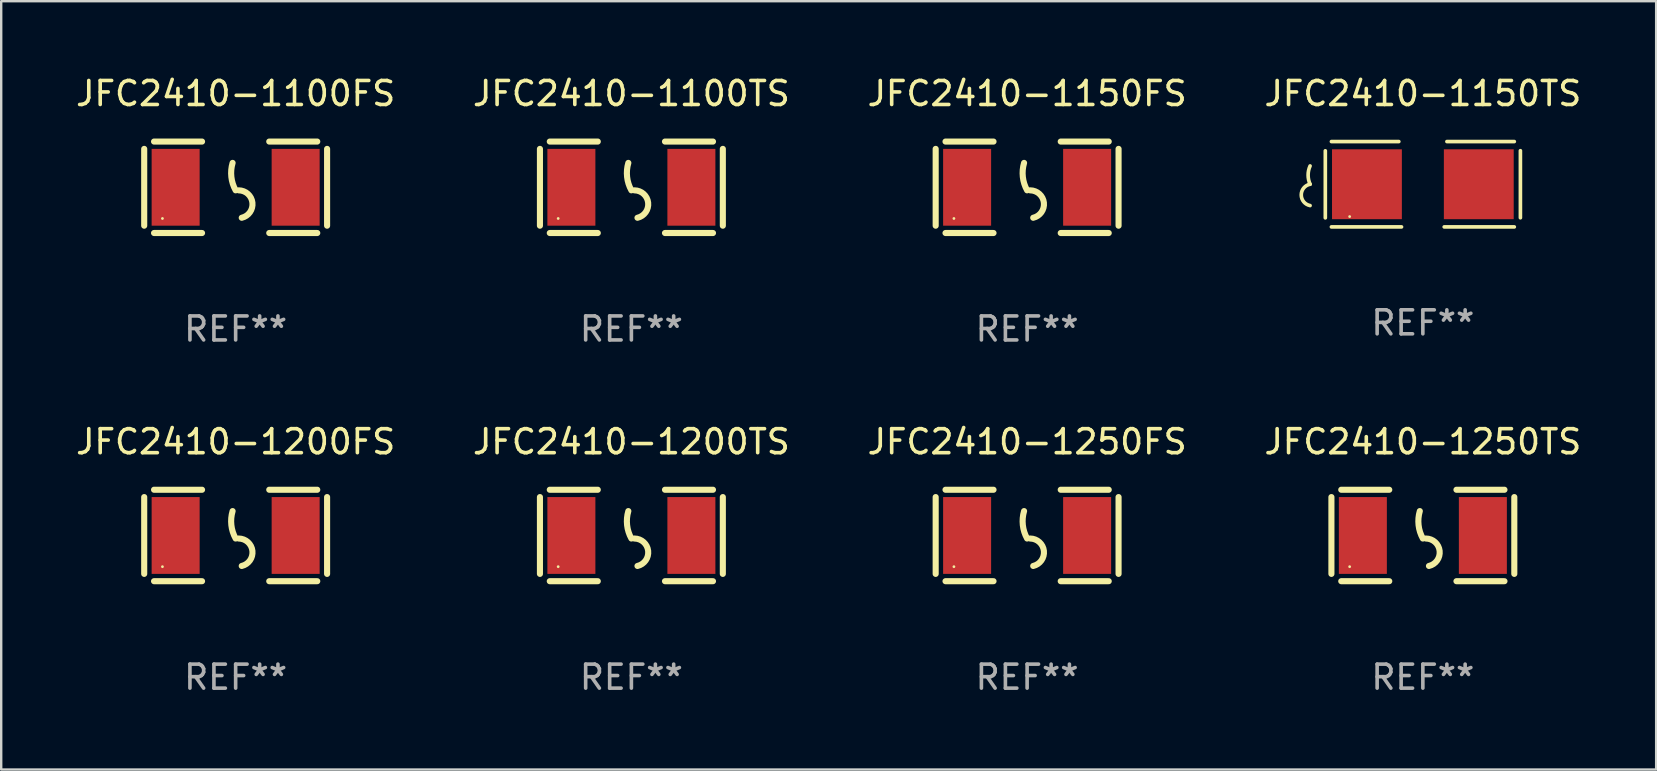
<source format=kicad_pcb>
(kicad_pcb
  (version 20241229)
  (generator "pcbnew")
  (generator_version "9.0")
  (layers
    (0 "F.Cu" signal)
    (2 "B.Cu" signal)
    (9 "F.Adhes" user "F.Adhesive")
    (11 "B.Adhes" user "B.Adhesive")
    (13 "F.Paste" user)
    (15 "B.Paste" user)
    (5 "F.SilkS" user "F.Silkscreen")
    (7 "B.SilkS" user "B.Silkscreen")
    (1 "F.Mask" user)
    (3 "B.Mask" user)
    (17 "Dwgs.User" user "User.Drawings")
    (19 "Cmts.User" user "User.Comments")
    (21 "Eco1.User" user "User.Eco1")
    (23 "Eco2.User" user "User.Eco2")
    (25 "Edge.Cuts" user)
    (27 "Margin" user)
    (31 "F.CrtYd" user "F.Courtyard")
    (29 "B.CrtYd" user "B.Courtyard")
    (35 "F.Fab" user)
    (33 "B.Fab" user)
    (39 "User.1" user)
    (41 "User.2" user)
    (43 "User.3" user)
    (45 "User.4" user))
  (footprint "JFC2410-1200TS"
    (layer "F.Cu")
    (at 23.256 19.26)
    (property "Reference" "JFC2410-1200TS" (at 0 -3.905 0) (layer "F.SilkS") (effects (font (size 1 1) (thickness 0.15))))
    (attr through_hole)
    (fp_line (start -3.81 -1.6) (end -3.81 1.6) (stroke (width 0.254) (type solid)) (layer "F.SilkS"))
    (fp_line (start -3.4 -1.905) (end -1.4 -1.905) (stroke (width 0.254) (type solid)) (layer "F.SilkS"))
    (fp_line (start -3.4 1.905) (end -1.4 1.905) (stroke (width 0.254) (type solid)) (layer "F.SilkS"))
    (fp_line (start 1.4 -1.905) (end 3.4 -1.905) (stroke (width 0.254) (type solid)) (layer "F.SilkS"))
    (fp_line (start 1.4 1.905) (end 3.4 1.905) (stroke (width 0.254) (type solid)) (layer "F.SilkS"))
    (fp_line (start 3.81 -1.6) (end 3.81 1.6) (stroke (width 0.254) (type solid)) (layer "F.SilkS"))
    (fp_arc (start 0 0.127) (mid -0.178599 -0.431712) (end -0.127 -1.016002) (stroke (width 0.254001) (type solid)) (layer "F.SilkS"))
    (fp_arc (start 0.126999 0.127) (mid 0.698883 0.642014) (end 0.254001 1.270003) (stroke (width 0.254001) (type solid)) (layer "F.SilkS"))
    (fp_circle (center -3.05 1.3) (end -3.02 1.3) (stroke (width 0.06) (type solid)) (fill no) (layer "F.SilkS"))
    (fp_text user "REF**" (at 0 5.905 0) (layer "F.Fab") (effects (font (size 1 1) (thickness 0.15))))
    (pad "1" smd rect (at -2.5 0) (size 2 3.2) (layers "F.Cu" "F.Mask" "F.Paste"))
    (pad "2" smd rect (at 2.5 0) (size 2 3.2) (layers "F.Cu" "F.Mask" "F.Paste")))
  (footprint "JFC2410-1100TS"
    (layer "F.Cu")
    (at 23.256 4.753)
    (property "Reference" "JFC2410-1100TS" (at 0 -3.905 0) (layer "F.SilkS") (effects (font (size 1 1) (thickness 0.15))))
    (attr through_hole)
    (fp_line (start -3.81 -1.6) (end -3.81 1.6) (stroke (width 0.254) (type solid)) (layer "F.SilkS"))
    (fp_line (start -3.4 -1.905) (end -1.4 -1.905) (stroke (width 0.254) (type solid)) (layer "F.SilkS"))
    (fp_line (start -3.4 1.905) (end -1.4 1.905) (stroke (width 0.254) (type solid)) (layer "F.SilkS"))
    (fp_line (start 1.4 -1.905) (end 3.4 -1.905) (stroke (width 0.254) (type solid)) (layer "F.SilkS"))
    (fp_line (start 1.4 1.905) (end 3.4 1.905) (stroke (width 0.254) (type solid)) (layer "F.SilkS"))
    (fp_line (start 3.81 -1.6) (end 3.81 1.6) (stroke (width 0.254) (type solid)) (layer "F.SilkS"))
    (fp_arc (start 0 0.127) (mid -0.178599 -0.431712) (end -0.127 -1.016002) (stroke (width 0.254001) (type solid)) (layer "F.SilkS"))
    (fp_arc (start 0.126999 0.127) (mid 0.698883 0.642014) (end 0.254001 1.270003) (stroke (width 0.254001) (type solid)) (layer "F.SilkS"))
    (fp_circle (center -3.05 1.3) (end -3.02 1.3) (stroke (width 0.06) (type solid)) (fill no) (layer "F.SilkS"))
    (fp_text user "REF**" (at 0 5.905 0) (layer "F.Fab") (effects (font (size 1 1) (thickness 0.15))))
    (pad "1" smd rect (at -2.5 0) (size 2 3.2) (layers "F.Cu" "F.Mask" "F.Paste"))
    (pad "2" smd rect (at 2.5 0) (size 2 3.2) (layers "F.Cu" "F.Mask" "F.Paste")))
  (footprint "JFC2410-1200FS"
    (layer "F.Cu")
    (at 6.768 19.26)
    (property "Reference" "JFC2410-1200FS" (at 0 -3.905 0) (layer "F.SilkS") (effects (font (size 1 1) (thickness 0.15))))
    (attr through_hole)
    (fp_line (start -3.81 -1.6) (end -3.81 1.6) (stroke (width 0.254) (type solid)) (layer "F.SilkS"))
    (fp_line (start -3.4 -1.905) (end -1.4 -1.905) (stroke (width 0.254) (type solid)) (layer "F.SilkS"))
    (fp_line (start -3.4 1.905) (end -1.4 1.905) (stroke (width 0.254) (type solid)) (layer "F.SilkS"))
    (fp_line (start 1.4 -1.905) (end 3.4 -1.905) (stroke (width 0.254) (type solid)) (layer "F.SilkS"))
    (fp_line (start 1.4 1.905) (end 3.4 1.905) (stroke (width 0.254) (type solid)) (layer "F.SilkS"))
    (fp_line (start 3.81 -1.6) (end 3.81 1.6) (stroke (width 0.254) (type solid)) (layer "F.SilkS"))
    (fp_arc (start 0 0.127) (mid -0.178599 -0.431712) (end -0.127 -1.016002) (stroke (width 0.254001) (type solid)) (layer "F.SilkS"))
    (fp_arc (start 0.126999 0.127) (mid 0.698883 0.642014) (end 0.254001 1.270003) (stroke (width 0.254001) (type solid)) (layer "F.SilkS"))
    (fp_circle (center -3.05 1.3) (end -3.02 1.3) (stroke (width 0.06) (type solid)) (fill no) (layer "F.SilkS"))
    (fp_text user "REF**" (at 0 5.905 0) (layer "F.Fab") (effects (font (size 1 1) (thickness 0.15))))
    (pad "1" smd rect (at -2.5 0) (size 2 3.2) (layers "F.Cu" "F.Mask" "F.Paste"))
    (pad "2" smd rect (at 2.5 0) (size 2 3.2) (layers "F.Cu" "F.Mask" "F.Paste")))
  (footprint "JFC2410-1250TS"
    (layer "F.Cu")
    (at 56.232 19.26)
    (property "Reference" "JFC2410-1250TS" (at 0 -3.905 0) (layer "F.SilkS") (effects (font (size 1 1) (thickness 0.15))))
    (attr through_hole)
    (fp_line (start -3.81 -1.6) (end -3.81 1.6) (stroke (width 0.254) (type solid)) (layer "F.SilkS"))
    (fp_line (start -3.4 -1.905) (end -1.4 -1.905) (stroke (width 0.254) (type solid)) (layer "F.SilkS"))
    (fp_line (start -3.4 1.905) (end -1.4 1.905) (stroke (width 0.254) (type solid)) (layer "F.SilkS"))
    (fp_line (start 1.4 -1.905) (end 3.4 -1.905) (stroke (width 0.254) (type solid)) (layer "F.SilkS"))
    (fp_line (start 1.4 1.905) (end 3.4 1.905) (stroke (width 0.254) (type solid)) (layer "F.SilkS"))
    (fp_line (start 3.81 -1.6) (end 3.81 1.6) (stroke (width 0.254) (type solid)) (layer "F.SilkS"))
    (fp_arc (start 0 0.127) (mid -0.178599 -0.431712) (end -0.127 -1.016002) (stroke (width 0.254001) (type solid)) (layer "F.SilkS"))
    (fp_arc (start 0.126999 0.127) (mid 0.698883 0.642014) (end 0.254001 1.270003) (stroke (width 0.254001) (type solid)) (layer "F.SilkS"))
    (fp_circle (center -3.05 1.3) (end -3.02 1.3) (stroke (width 0.06) (type solid)) (fill no) (layer "F.SilkS"))
    (fp_text user "REF**" (at 0 5.905 0) (layer "F.Fab") (effects (font (size 1 1) (thickness 0.15))))
    (pad "1" smd rect (at -2.5 0) (size 2 3.2) (layers "F.Cu" "F.Mask" "F.Paste"))
    (pad "2" smd rect (at 2.5 0) (size 2 3.2) (layers "F.Cu" "F.Mask" "F.Paste")))
  (footprint "JFC2410-1100FS"
    (layer "F.Cu")
    (at 6.768 4.753)
    (property "Reference" "JFC2410-1100FS" (at 0 -3.905 0) (layer "F.SilkS") (effects (font (size 1 1) (thickness 0.15))))
    (attr through_hole)
    (fp_line (start -3.81 -1.6) (end -3.81 1.6) (stroke (width 0.254) (type solid)) (layer "F.SilkS"))
    (fp_line (start -3.4 -1.905) (end -1.4 -1.905) (stroke (width 0.254) (type solid)) (layer "F.SilkS"))
    (fp_line (start -3.4 1.905) (end -1.4 1.905) (stroke (width 0.254) (type solid)) (layer "F.SilkS"))
    (fp_line (start 1.4 -1.905) (end 3.4 -1.905) (stroke (width 0.254) (type solid)) (layer "F.SilkS"))
    (fp_line (start 1.4 1.905) (end 3.4 1.905) (stroke (width 0.254) (type solid)) (layer "F.SilkS"))
    (fp_line (start 3.81 -1.6) (end 3.81 1.6) (stroke (width 0.254) (type solid)) (layer "F.SilkS"))
    (fp_arc (start 0 0.127) (mid -0.178599 -0.431712) (end -0.127 -1.016002) (stroke (width 0.254001) (type solid)) (layer "F.SilkS"))
    (fp_arc (start 0.126999 0.127) (mid 0.698883 0.642014) (end 0.254001 1.270003) (stroke (width 0.254001) (type solid)) (layer "F.SilkS"))
    (fp_circle (center -3.05 1.3) (end -3.02 1.3) (stroke (width 0.06) (type solid)) (fill no) (layer "F.SilkS"))
    (fp_text user "REF**" (at 0 5.905 0) (layer "F.Fab") (effects (font (size 1 1) (thickness 0.15))))
    (pad "1" smd rect (at -2.5 0) (size 2 3.2) (layers "F.Cu" "F.Mask" "F.Paste"))
    (pad "2" smd rect (at 2.5 0) (size 2 3.2) (layers "F.Cu" "F.Mask" "F.Paste")))
  (footprint "JFC2410-1150TS"
    (layer "F.Cu")
    (at 56.232 4.626)
    (property "Reference" "JFC2410-1150TS" (at 0 -3.778 0) (layer "F.SilkS") (effects (font (size 1 1) (thickness 0.15))))
    (attr through_hole)
    (fp_line (start -4.064 -1.393) (end -4.064 1.401) (stroke (width 0.152) (type solid)) (layer "F.SilkS"))
    (fp_line (start -3.81 -1.778) (end -1.002 -1.778) (stroke (width 0.152) (type solid)) (layer "F.SilkS"))
    (fp_line (start -0.889 1.778) (end -3.81 1.778) (stroke (width 0.152) (type solid)) (layer "F.SilkS"))
    (fp_line (start 0.889 1.778) (end 3.81 1.778) (stroke (width 0.152) (type solid)) (layer "F.SilkS"))
    (fp_line (start 3.81 -1.778) (end 1.002 -1.778) (stroke (width 0.152) (type solid)) (layer "F.SilkS"))
    (fp_line (start 4.064 -1.397) (end 4.064 1.397) (stroke (width 0.152) (type solid)) (layer "F.SilkS"))
    (fp_arc (start -4.699009 0) (mid -4.780645 -0.381001) (end -4.699009 -0.762002) (stroke (width 0.151994) (type solid)) (layer "F.SilkS"))
    (fp_arc (start -4.699009 0.889002) (mid -5.066697 0.444501) (end -4.699009 0) (stroke (width 0.151994) (type solid)) (layer "F.SilkS"))
    (fp_circle (center -3.05 1.347) (end -3.02 1.347) (stroke (width 0.06) (type solid)) (fill no) (layer "F.SilkS"))
    (fp_text user "REF**" (at 0 5.778 0) (layer "F.Fab") (effects (font (size 1 1) (thickness 0.15))))
    (pad "1" smd rect (at -2.33 0) (size 2.91 2.911) (layers "F.Cu" "F.Mask" "F.Paste"))
    (pad "2" smd rect (at 2.33 0) (size 2.91 2.911) (layers "F.Cu" "F.Mask" "F.Paste")))
  (footprint "JFC2410-1250FS"
    (layer "F.Cu")
    (at 39.744 19.26)
    (property "Reference" "JFC2410-1250FS" (at 0 -3.905 0) (layer "F.SilkS") (effects (font (size 1 1) (thickness 0.15))))
    (attr through_hole)
    (fp_line (start -3.81 -1.6) (end -3.81 1.6) (stroke (width 0.254) (type solid)) (layer "F.SilkS"))
    (fp_line (start -3.4 -1.905) (end -1.4 -1.905) (stroke (width 0.254) (type solid)) (layer "F.SilkS"))
    (fp_line (start -3.4 1.905) (end -1.4 1.905) (stroke (width 0.254) (type solid)) (layer "F.SilkS"))
    (fp_line (start 1.4 -1.905) (end 3.4 -1.905) (stroke (width 0.254) (type solid)) (layer "F.SilkS"))
    (fp_line (start 1.4 1.905) (end 3.4 1.905) (stroke (width 0.254) (type solid)) (layer "F.SilkS"))
    (fp_line (start 3.81 -1.6) (end 3.81 1.6) (stroke (width 0.254) (type solid)) (layer "F.SilkS"))
    (fp_arc (start 0 0.127) (mid -0.178599 -0.431712) (end -0.127 -1.016002) (stroke (width 0.254001) (type solid)) (layer "F.SilkS"))
    (fp_arc (start 0.126999 0.127) (mid 0.698883 0.642014) (end 0.254001 1.270003) (stroke (width 0.254001) (type solid)) (layer "F.SilkS"))
    (fp_circle (center -3.05 1.3) (end -3.02 1.3) (stroke (width 0.06) (type solid)) (fill no) (layer "F.SilkS"))
    (fp_text user "REF**" (at 0 5.905 0) (layer "F.Fab") (effects (font (size 1 1) (thickness 0.15))))
    (pad "1" smd rect (at -2.5 0) (size 2 3.2) (layers "F.Cu" "F.Mask" "F.Paste"))
    (pad "2" smd rect (at 2.5 0) (size 2 3.2) (layers "F.Cu" "F.Mask" "F.Paste")))
  (footprint "JFC2410-1150FS"
    (layer "F.Cu")
    (at 39.744 4.753)
    (property "Reference" "JFC2410-1150FS" (at 0 -3.905 0) (layer "F.SilkS") (effects (font (size 1 1) (thickness 0.15))))
    (attr through_hole)
    (fp_line (start -3.81 -1.6) (end -3.81 1.6) (stroke (width 0.254) (type solid)) (layer "F.SilkS"))
    (fp_line (start -3.4 -1.905) (end -1.4 -1.905) (stroke (width 0.254) (type solid)) (layer "F.SilkS"))
    (fp_line (start -3.4 1.905) (end -1.4 1.905) (stroke (width 0.254) (type solid)) (layer "F.SilkS"))
    (fp_line (start 1.4 -1.905) (end 3.4 -1.905) (stroke (width 0.254) (type solid)) (layer "F.SilkS"))
    (fp_line (start 1.4 1.905) (end 3.4 1.905) (stroke (width 0.254) (type solid)) (layer "F.SilkS"))
    (fp_line (start 3.81 -1.6) (end 3.81 1.6) (stroke (width 0.254) (type solid)) (layer "F.SilkS"))
    (fp_arc (start 0 0.127) (mid -0.178599 -0.431712) (end -0.127 -1.016002) (stroke (width 0.254001) (type solid)) (layer "F.SilkS"))
    (fp_arc (start 0.126999 0.127) (mid 0.698883 0.642014) (end 0.254001 1.270003) (stroke (width 0.254001) (type solid)) (layer "F.SilkS"))
    (fp_circle (center -3.05 1.3) (end -3.02 1.3) (stroke (width 0.06) (type solid)) (fill no) (layer "F.SilkS"))
    (fp_text user "REF**" (at 0 5.905 0) (layer "F.Fab") (effects (font (size 1 1) (thickness 0.15))))
    (pad "1" smd rect (at -2.5 0) (size 2 3.2) (layers "F.Cu" "F.Mask" "F.Paste"))
    (pad "2" smd rect (at 2.5 0) (size 2 3.2) (layers "F.Cu" "F.Mask" "F.Paste")))
  (gr_rect
    (start -3 -3)
    (end 65.952 29.013)
    (stroke (width 0.1) (type default))
    (fill no)
    (layer "Edge.Cuts")))
</source>
